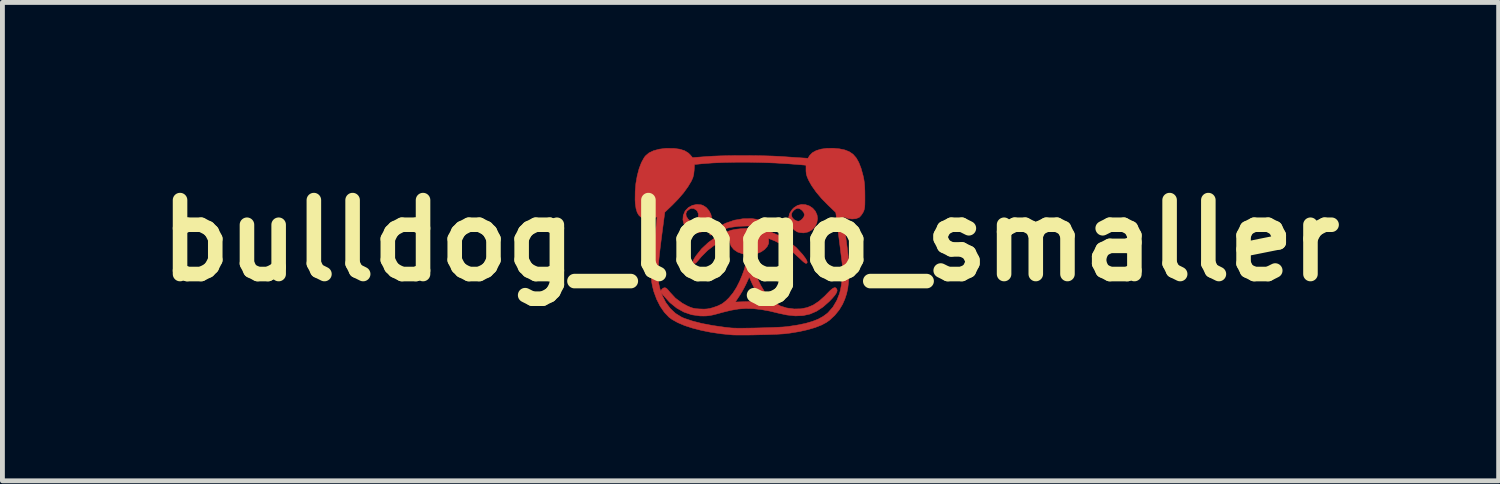
<source format=kicad_pcb>
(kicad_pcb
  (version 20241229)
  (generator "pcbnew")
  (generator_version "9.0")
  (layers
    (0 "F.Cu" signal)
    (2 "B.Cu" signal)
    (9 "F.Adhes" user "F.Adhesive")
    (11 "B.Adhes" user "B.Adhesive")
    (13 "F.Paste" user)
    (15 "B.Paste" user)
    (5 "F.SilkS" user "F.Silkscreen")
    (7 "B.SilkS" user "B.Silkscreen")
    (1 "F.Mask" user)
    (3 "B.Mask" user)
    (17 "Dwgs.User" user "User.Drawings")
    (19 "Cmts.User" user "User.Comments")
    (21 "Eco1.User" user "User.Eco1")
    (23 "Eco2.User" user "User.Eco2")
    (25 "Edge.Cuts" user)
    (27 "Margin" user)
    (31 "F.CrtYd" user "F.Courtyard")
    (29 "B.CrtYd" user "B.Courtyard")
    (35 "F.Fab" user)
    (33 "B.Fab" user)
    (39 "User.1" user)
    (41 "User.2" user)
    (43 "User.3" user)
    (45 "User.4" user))
  (footprint "bulldog_logo_smaller"
    (layer "F.Cu")
    (at 12.417 1.908)
    (property "Reference" "bulldog_logo_smaller" (at 0 0 0) (layer "F.SilkS") (effects (font (size 1.524 1.524) (thickness 0.3))))
    (attr through_hole)
    (fp_poly (pts (xy 0.237 -0.422) (xy 0.388 -0.38) (xy 0.46 -0.354) (xy 0.542 -0.319) (xy 0.624 -0.279) (xy 0.701 -0.239) (xy 0.763 -0.201) (xy 0.805 -0.17) (xy 0.808 -0.168) (xy 0.821 -0.142) (xy 0.819 -0.129) (xy 0.8 -0.127) (xy 0.757 -0.141) (xy 0.702 -0.167) (xy 0.576 -0.219) (xy 0.433 -0.258) (xy 0.269 -0.285) (xy 0.081 -0.299) (xy -0.065 -0.301) (xy -0.253 -0.294) (xy -0.424 -0.271) (xy -0.573 -0.233) (xy -0.697 -0.181) (xy -0.748 -0.152) (xy -0.798 -0.122) (xy -0.827 -0.113) (xy -0.84 -0.124) (xy -0.841 -0.135) (xy -0.828 -0.155) (xy -0.793 -0.185) (xy -0.742 -0.223) (xy -0.68 -0.264) (xy -0.614 -0.304) (xy -0.55 -0.34) (xy -0.51 -0.359) (xy -0.335 -0.42) (xy -0.152 -0.451) (xy 0.038 -0.452) (xy 0.237 -0.422)) (stroke (width 0.01) (type solid)) (fill yes) (layer "F.Cu"))
    (fp_poly (pts (xy -1.02 -0.738) (xy -0.98 -0.725) (xy -0.913 -0.682) (xy -0.858 -0.619) (xy -0.818 -0.544) (xy -0.8 -0.466) (xy -0.802 -0.407) (xy -0.837 -0.312) (xy -0.893 -0.238) (xy -0.97 -0.188) (xy -1.065 -0.164) (xy -1.085 -0.162) (xy -1.145 -0.161) (xy -1.187 -0.168) (xy -1.228 -0.186) (xy -1.256 -0.203) (xy -1.327 -0.266) (xy -1.374 -0.344) (xy -1.394 -0.43) (xy -1.387 -0.519) (xy -1.371 -0.556) (xy -1.332 -0.556) (xy -1.325 -0.5) (xy -1.288 -0.444) (xy -1.285 -0.441) (xy -1.249 -0.41) (xy -1.218 -0.4) (xy -1.186 -0.403) (xy -1.14 -0.42) (xy -1.104 -0.445) (xy -1.077 -0.492) (xy -1.074 -0.549) (xy -1.094 -0.602) (xy -1.117 -0.629) (xy -1.17 -0.661) (xy -1.223 -0.663) (xy -1.259 -0.648) (xy -1.31 -0.607) (xy -1.332 -0.556) (xy -1.371 -0.556) (xy -1.351 -0.604) (xy -1.342 -0.618) (xy -1.279 -0.683) (xy -1.199 -0.726) (xy -1.11 -0.745) (xy -1.02 -0.738)) (stroke (width 0.01) (type solid)) (fill yes) (layer "F.Cu"))
    (fp_poly (pts (xy 1.133 -0.74) (xy 1.212 -0.714) (xy 1.281 -0.668) (xy 1.336 -0.605) (xy 1.371 -0.527) (xy 1.381 -0.452) (xy 1.366 -0.364) (xy 1.326 -0.285) (xy 1.264 -0.221) (xy 1.188 -0.178) (xy 1.101 -0.16) (xy 1.088 -0.159) (xy 1.03 -0.164) (xy 0.977 -0.175) (xy 0.96 -0.181) (xy 0.902 -0.219) (xy 0.848 -0.278) (xy 0.807 -0.345) (xy 0.793 -0.382) (xy 0.784 -0.474) (xy 0.8 -0.537) (xy 0.841 -0.537) (xy 0.856 -0.48) (xy 0.895 -0.434) (xy 0.95 -0.405) (xy 0.989 -0.398) (xy 1.018 -0.408) (xy 1.055 -0.434) (xy 1.065 -0.443) (xy 1.099 -0.489) (xy 1.111 -0.532) (xy 1.098 -0.577) (xy 1.064 -0.621) (xy 1.019 -0.654) (xy 0.976 -0.667) (xy 0.933 -0.654) (xy 0.89 -0.622) (xy 0.856 -0.58) (xy 0.841 -0.538) (xy 0.841 -0.537) (xy 0.8 -0.537) (xy 0.806 -0.561) (xy 0.858 -0.641) (xy 0.896 -0.679) (xy 0.97 -0.726) (xy 1.051 -0.745) (xy 1.133 -0.74)) (stroke (width 0.01) (type solid)) (fill yes) (layer "F.Cu"))
    (fp_poly (pts (xy 1.832 -1.891) (xy 1.943 -1.868) (xy 2.036 -1.831) (xy 2.113 -1.778) (xy 2.177 -1.705) (xy 2.231 -1.61) (xy 2.278 -1.489) (xy 2.319 -1.34) (xy 2.322 -1.326) (xy 2.336 -1.258) (xy 2.346 -1.191) (xy 2.352 -1.114) (xy 2.356 -1.022) (xy 2.357 -0.921) (xy 2.357 -0.822) (xy 2.356 -0.75) (xy 2.353 -0.697) (xy 2.347 -0.658) (xy 2.339 -0.627) (xy 2.327 -0.597) (xy 2.32 -0.582) (xy 2.287 -0.53) (xy 2.249 -0.487) (xy 2.232 -0.475) (xy 2.17 -0.452) (xy 2.093 -0.445) (xy 2.014 -0.455) (xy 1.973 -0.469) (xy 1.936 -0.483) (xy 1.914 -0.489) (xy 1.913 -0.488) (xy 1.914 -0.472) (xy 1.918 -0.428) (xy 1.927 -0.361) (xy 1.937 -0.274) (xy 1.95 -0.17) (xy 1.965 -0.055) (xy 1.971 -0.008) (xy 1.99 0.134) (xy 2.004 0.251) (xy 2.015 0.346) (xy 2.022 0.427) (xy 2.027 0.497) (xy 2.029 0.563) (xy 2.029 0.63) (xy 2.027 0.703) (xy 2.027 0.706) (xy 2.019 0.857) (xy 2.004 0.984) (xy 1.979 1.098) (xy 1.943 1.206) (xy 1.897 1.311) (xy 1.827 1.428) (xy 1.735 1.541) (xy 1.629 1.639) (xy 1.565 1.685) (xy 1.462 1.74) (xy 1.332 1.791) (xy 1.178 1.836) (xy 1.005 1.875) (xy 0.816 1.906) (xy 0.691 1.921) (xy 0.629 1.925) (xy 0.543 1.93) (xy 0.438 1.934) (xy 0.319 1.938) (xy 0.194 1.941) (xy 0.066 1.944) (xy -0.057 1.946) (xy -0.17 1.946) (xy -0.267 1.946) (xy -0.343 1.945) (xy -0.381 1.943) (xy -0.603 1.921) (xy -0.815 1.89) (xy -1.014 1.85) (xy -1.197 1.803) (xy -1.36 1.75) (xy -1.501 1.69) (xy -1.616 1.626) (xy -1.68 1.579) (xy -1.776 1.478) (xy -1.862 1.353) (xy -1.935 1.208) (xy -1.993 1.051) (xy -2.023 0.933) (xy -2.035 0.864) (xy -2.042 0.791) (xy -2.046 0.711) (xy -2.045 0.663) (xy -1.907 0.663) (xy -1.906 0.749) (xy -1.9 0.825) (xy -1.89 0.893) (xy -1.881 0.934) (xy -1.867 0.992) (xy -1.857 1.024) (xy -1.849 1.032) (xy -1.84 1.022) (xy -1.836 1.014) (xy -1.805 0.982) (xy -1.777 0.972) (xy -1.752 0.974) (xy -1.726 0.99) (xy -1.693 1.025) (xy -1.663 1.062) (xy -1.547 1.187) (xy -1.409 1.289) (xy -1.305 1.346) (xy -1.241 1.374) (xy -1.186 1.392) (xy -1.128 1.403) (xy -1.052 1.409) (xy -1.04 1.409) (xy -0.958 1.412) (xy -0.893 1.408) (xy -0.832 1.397) (xy -0.776 1.382) (xy -0.671 1.345) (xy -0.587 1.303) (xy -0.538 1.266) (xy -0.314 1.266) (xy -0.113 1.259) (xy -0.027 1.257) (xy 0.057 1.258) (xy 0.128 1.261) (xy 0.175 1.266) (xy 0.223 1.273) (xy 0.257 1.277) (xy 0.267 1.277) (xy 0.261 1.263) (xy 0.24 1.232) (xy 0.215 1.199) (xy 0.144 1.097) (xy 0.083 0.989) (xy 0.024 0.866) (xy -0.026 0.749) (xy -0.087 0.884) (xy -0.127 0.964) (xy -0.176 1.053) (xy -0.224 1.132) (xy -0.231 1.142) (xy -0.314 1.266) (xy -0.538 1.266) (xy -0.513 1.247) (xy -0.443 1.178) (xy -0.361 1.079) (xy -0.289 0.966) (xy -0.222 0.833) (xy -0.172 0.714) (xy -0.139 0.625) (xy -0.117 0.553) (xy -0.105 0.486) (xy -0.099 0.419) (xy -0.091 0.29) (xy -0.172 0.27) (xy -0.267 0.236) (xy -0.344 0.184) (xy -0.398 0.118) (xy -0.426 0.043) (xy -0.429 0.008) (xy -0.43 -0.021) (xy -0.437 -0.037) (xy -0.455 -0.041) (xy -0.487 -0.032) (xy -0.54 -0.01) (xy -0.602 0.018) (xy -0.748 0.098) (xy -0.885 0.202) (xy -1.014 0.331) (xy -1.088 0.42) (xy -1.125 0.46) (xy -1.153 0.473) (xy -1.164 0.472) (xy -1.185 0.456) (xy -1.187 0.429) (xy -1.171 0.388) (xy -1.134 0.328) (xy -1.125 0.315) (xy -1.008 0.168) (xy -0.867 0.037) (xy -0.709 -0.075) (xy -0.539 -0.163) (xy -0.389 -0.216) (xy -0.296 -0.234) (xy -0.183 -0.246) (xy -0.06 -0.251) (xy 0.062 -0.249) (xy 0.172 -0.239) (xy 0.224 -0.231) (xy 0.419 -0.176) (xy 0.608 -0.093) (xy 0.784 0.015) (xy 0.942 0.144) (xy 1.075 0.289) (xy 1.128 0.36) (xy 1.159 0.412) (xy 1.169 0.446) (xy 1.158 0.467) (xy 1.151 0.47) (xy 1.129 0.466) (xy 1.091 0.439) (xy 1.037 0.389) (xy 1.014 0.367) (xy 0.853 0.22) (xy 0.686 0.102) (xy 0.506 0.009) (xy 0.449 -0.014) (xy 0.366 -0.047) (xy 0.375 -0.001) (xy 0.372 0.061) (xy 0.343 0.123) (xy 0.29 0.182) (xy 0.22 0.231) (xy 0.135 0.267) (xy 0.115 0.272) (xy 0.048 0.29) (xy 0.048 0.405) (xy 0.06 0.522) (xy 0.094 0.656) (xy 0.151 0.802) (xy 0.211 0.924) (xy 0.299 1.072) (xy 0.394 1.191) (xy 0.498 1.282) (xy 0.613 1.347) (xy 0.743 1.388) (xy 0.891 1.408) (xy 0.899 1.409) (xy 1.039 1.406) (xy 1.168 1.38) (xy 1.291 1.329) (xy 1.409 1.251) (xy 1.529 1.144) (xy 1.573 1.098) (xy 1.639 1.031) (xy 1.689 0.989) (xy 1.726 0.97) (xy 1.755 0.973) (xy 1.776 0.997) (xy 1.778 1) (xy 1.785 1.033) (xy 1.772 1.074) (xy 1.739 1.125) (xy 1.683 1.191) (xy 1.621 1.255) (xy 1.492 1.369) (xy 1.361 1.455) (xy 1.225 1.514) (xy 1.079 1.546) (xy 0.922 1.552) (xy 0.749 1.533) (xy 0.592 1.5) (xy 0.392 1.452) (xy 0.214 1.42) (xy 0.052 1.402) (xy -0.101 1.399) (xy -0.251 1.41) (xy -0.403 1.436) (xy -0.566 1.476) (xy -0.588 1.482) (xy -0.693 1.511) (xy -0.776 1.532) (xy -0.844 1.545) (xy -0.904 1.552) (xy -0.964 1.554) (xy -1.032 1.553) (xy -1.046 1.552) (xy -1.213 1.528) (xy -1.372 1.474) (xy -1.521 1.391) (xy -1.662 1.277) (xy -1.791 1.135) (xy -1.843 1.072) (xy -1.818 1.135) (xy -1.747 1.275) (xy -1.655 1.398) (xy -1.545 1.501) (xy -1.421 1.578) (xy -1.366 1.602) (xy -1.198 1.658) (xy -1.003 1.708) (xy -0.781 1.75) (xy -0.538 1.785) (xy -0.405 1.8) (xy -0.353 1.803) (xy -0.274 1.805) (xy -0.175 1.805) (xy -0.06 1.804) (xy 0.066 1.802) (xy 0.196 1.799) (xy 0.326 1.795) (xy 0.45 1.791) (xy 0.563 1.786) (xy 0.66 1.781) (xy 0.735 1.775) (xy 0.77 1.771) (xy 0.965 1.741) (xy 1.132 1.707) (xy 1.274 1.666) (xy 1.394 1.619) (xy 1.495 1.563) (xy 1.582 1.499) (xy 1.601 1.481) (xy 1.698 1.37) (xy 1.778 1.234) (xy 1.834 1.092) (xy 1.853 1.016) (xy 1.871 0.923) (xy 1.885 0.822) (xy 1.896 0.721) (xy 1.901 0.631) (xy 1.899 0.56) (xy 1.898 0.549) (xy 1.894 0.518) (xy 1.887 0.459) (xy 1.877 0.378) (xy 1.864 0.278) (xy 1.85 0.163) (xy 1.834 0.038) (xy 1.823 -0.048) (xy 1.757 -0.579) (xy 1.601 -0.728) (xy 1.467 -0.864) (xy 1.351 -1.002) (xy 1.257 -1.136) (xy 1.196 -1.246) (xy 1.166 -1.316) (xy 1.149 -1.374) (xy 1.143 -1.435) (xy 1.143 -1.454) (xy 1.143 -1.553) (xy 1.036 -1.563) (xy 0.78 -1.583) (xy 0.514 -1.599) (xy 0.241 -1.609) (xy -0.03 -1.615) (xy -0.296 -1.615) (xy -0.55 -1.61) (xy -0.786 -1.6) (xy -0.999 -1.584) (xy -1.066 -1.577) (xy -1.155 -1.568) (xy -1.162 -1.447) (xy -1.171 -1.365) (xy -1.188 -1.298) (xy -1.219 -1.228) (xy -1.289 -1.111) (xy -1.381 -0.984) (xy -1.493 -0.854) (xy -1.613 -0.731) (xy -1.767 -0.584) (xy -1.837 -0.05) (xy -1.861 0.142) (xy -1.88 0.305) (xy -1.894 0.444) (xy -1.903 0.562) (xy -1.907 0.663) (xy -2.045 0.663) (xy -2.044 0.619) (xy -2.038 0.511) (xy -2.027 0.385) (xy -2.011 0.235) (xy -1.99 0.06) (xy -1.985 0.016) (xy -1.969 -0.106) (xy -1.956 -0.218) (xy -1.944 -0.315) (xy -1.935 -0.394) (xy -1.929 -0.451) (xy -1.926 -0.482) (xy -1.927 -0.487) (xy -1.943 -0.485) (xy -1.978 -0.473) (xy -1.989 -0.469) (xy -2.064 -0.449) (xy -2.143 -0.446) (xy -2.216 -0.46) (xy -2.248 -0.475) (xy -2.298 -0.518) (xy -2.335 -0.578) (xy -2.36 -0.661) (xy -2.375 -0.769) (xy -2.379 -0.841) (xy -2.377 -1.011) (xy -2.363 -1.178) (xy -2.335 -1.336) (xy -2.297 -1.481) (xy -2.249 -1.607) (xy -2.193 -1.709) (xy -2.166 -1.745) (xy -2.095 -1.806) (xy -1.999 -1.852) (xy -1.881 -1.884) (xy -1.744 -1.901) (xy -1.593 -1.9) (xy -1.584 -1.9) (xy -1.46 -1.884) (xy -1.36 -1.853) (xy -1.282 -1.805) (xy -1.244 -1.768) (xy -1.195 -1.71) (xy -0.903 -1.732) (xy -0.775 -1.74) (xy -0.622 -1.746) (xy -0.45 -1.75) (xy -0.266 -1.752) (xy -0.078 -1.752) (xy 0.11 -1.75) (xy 0.289 -1.747) (xy 0.453 -1.742) (xy 0.597 -1.735) (xy 0.627 -1.733) (xy 0.73 -1.726) (xy 0.834 -1.719) (xy 0.931 -1.712) (xy 1.01 -1.707) (xy 1.04 -1.705) (xy 1.183 -1.696) (xy 1.219 -1.754) (xy 1.273 -1.81) (xy 1.352 -1.854) (xy 1.453 -1.885) (xy 1.571 -1.901) (xy 1.704 -1.903) (xy 1.832 -1.891)) (stroke (width 0.01) (type solid)) (fill yes) (layer "F.Cu")))
  (gr_rect
    (start -3 -3)
    (end 27.834 6.859)
    (stroke (width 0.1) (type default))
    (fill no)
    (layer "Edge.Cuts")))
</source>
